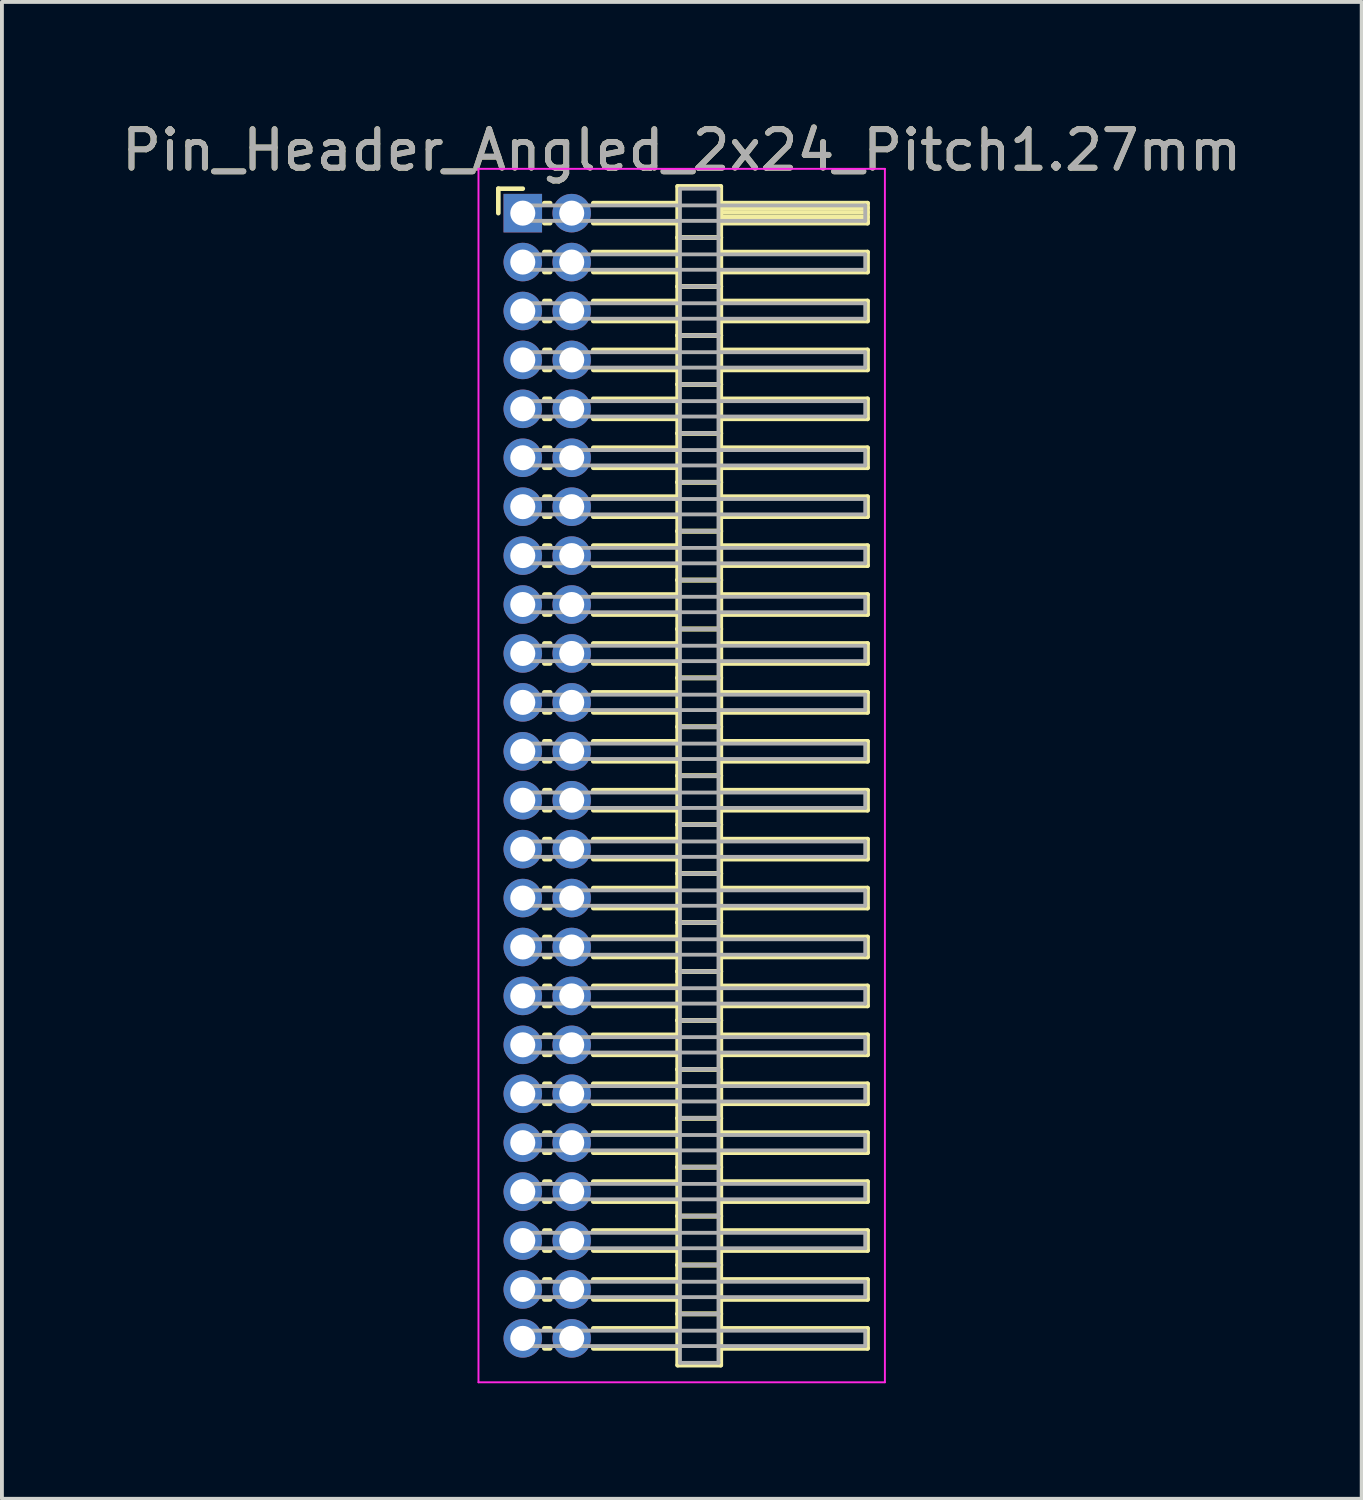
<source format=kicad_pcb>
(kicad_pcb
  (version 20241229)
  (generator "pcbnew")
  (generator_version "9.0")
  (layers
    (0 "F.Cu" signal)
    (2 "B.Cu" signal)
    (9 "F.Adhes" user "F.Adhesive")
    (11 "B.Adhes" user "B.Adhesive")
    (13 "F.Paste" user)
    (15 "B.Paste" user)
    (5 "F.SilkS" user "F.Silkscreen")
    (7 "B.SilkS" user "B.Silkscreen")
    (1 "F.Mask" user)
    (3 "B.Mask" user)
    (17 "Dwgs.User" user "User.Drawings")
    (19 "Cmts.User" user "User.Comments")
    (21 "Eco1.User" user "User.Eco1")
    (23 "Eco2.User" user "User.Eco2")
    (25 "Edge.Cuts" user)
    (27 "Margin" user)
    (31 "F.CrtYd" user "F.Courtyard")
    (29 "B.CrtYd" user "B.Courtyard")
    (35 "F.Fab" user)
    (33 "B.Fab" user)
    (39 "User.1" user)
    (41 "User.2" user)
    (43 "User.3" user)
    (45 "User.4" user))
  (footprint "Pin_Header_Angled_2x24_Pitch1.27mm"
    (layer "F.Cu")
    (at 10.521 2.483)
    (property "Reference" "Pin_Header_Angled_2x24_Pitch1.27mm" (at 4.128 -1.635 0) (layer "F.SilkS") (effects (font (size 1 1) (thickness 0.15))))
    (attr through_hole)
    (fp_line (start -0.635 -0.635) (end 0 -0.635) (stroke (width 0.12) (type solid)) (layer "F.SilkS"))
    (fp_line (start -0.635 0) (end -0.635 -0.635) (stroke (width 0.12) (type solid)) (layer "F.SilkS"))
    (fp_line (start 0.56 -0.26) (end 0.71 -0.26) (stroke (width 0.12) (type solid)) (layer "F.SilkS"))
    (fp_line (start 0.56 0.26) (end 0.71 0.26) (stroke (width 0.12) (type solid)) (layer "F.SilkS"))
    (fp_line (start 0.56 1.01) (end 0.71 1.01) (stroke (width 0.12) (type solid)) (layer "F.SilkS"))
    (fp_line (start 0.56 1.53) (end 0.71 1.53) (stroke (width 0.12) (type solid)) (layer "F.SilkS"))
    (fp_line (start 0.56 2.28) (end 0.71 2.28) (stroke (width 0.12) (type solid)) (layer "F.SilkS"))
    (fp_line (start 0.56 2.8) (end 0.71 2.8) (stroke (width 0.12) (type solid)) (layer "F.SilkS"))
    (fp_line (start 0.56 3.55) (end 0.71 3.55) (stroke (width 0.12) (type solid)) (layer "F.SilkS"))
    (fp_line (start 0.56 4.07) (end 0.71 4.07) (stroke (width 0.12) (type solid)) (layer "F.SilkS"))
    (fp_line (start 0.56 4.82) (end 0.71 4.82) (stroke (width 0.12) (type solid)) (layer "F.SilkS"))
    (fp_line (start 0.56 5.34) (end 0.71 5.34) (stroke (width 0.12) (type solid)) (layer "F.SilkS"))
    (fp_line (start 0.56 6.09) (end 0.71 6.09) (stroke (width 0.12) (type solid)) (layer "F.SilkS"))
    (fp_line (start 0.56 6.61) (end 0.71 6.61) (stroke (width 0.12) (type solid)) (layer "F.SilkS"))
    (fp_line (start 0.56 7.36) (end 0.71 7.36) (stroke (width 0.12) (type solid)) (layer "F.SilkS"))
    (fp_line (start 0.56 7.88) (end 0.71 7.88) (stroke (width 0.12) (type solid)) (layer "F.SilkS"))
    (fp_line (start 0.56 8.63) (end 0.71 8.63) (stroke (width 0.12) (type solid)) (layer "F.SilkS"))
    (fp_line (start 0.56 9.15) (end 0.71 9.15) (stroke (width 0.12) (type solid)) (layer "F.SilkS"))
    (fp_line (start 0.56 9.9) (end 0.71 9.9) (stroke (width 0.12) (type solid)) (layer "F.SilkS"))
    (fp_line (start 0.56 10.42) (end 0.71 10.42) (stroke (width 0.12) (type solid)) (layer "F.SilkS"))
    (fp_line (start 0.56 11.17) (end 0.71 11.17) (stroke (width 0.12) (type solid)) (layer "F.SilkS"))
    (fp_line (start 0.56 11.69) (end 0.71 11.69) (stroke (width 0.12) (type solid)) (layer "F.SilkS"))
    (fp_line (start 0.56 12.44) (end 0.71 12.44) (stroke (width 0.12) (type solid)) (layer "F.SilkS"))
    (fp_line (start 0.56 12.96) (end 0.71 12.96) (stroke (width 0.12) (type solid)) (layer "F.SilkS"))
    (fp_line (start 0.56 13.71) (end 0.71 13.71) (stroke (width 0.12) (type solid)) (layer "F.SilkS"))
    (fp_line (start 0.56 14.23) (end 0.71 14.23) (stroke (width 0.12) (type solid)) (layer "F.SilkS"))
    (fp_line (start 0.56 14.98) (end 0.71 14.98) (stroke (width 0.12) (type solid)) (layer "F.SilkS"))
    (fp_line (start 0.56 15.5) (end 0.71 15.5) (stroke (width 0.12) (type solid)) (layer "F.SilkS"))
    (fp_line (start 0.56 16.25) (end 0.71 16.25) (stroke (width 0.12) (type solid)) (layer "F.SilkS"))
    (fp_line (start 0.56 16.77) (end 0.71 16.77) (stroke (width 0.12) (type solid)) (layer "F.SilkS"))
    (fp_line (start 0.56 17.52) (end 0.71 17.52) (stroke (width 0.12) (type solid)) (layer "F.SilkS"))
    (fp_line (start 0.56 18.04) (end 0.71 18.04) (stroke (width 0.12) (type solid)) (layer "F.SilkS"))
    (fp_line (start 0.56 18.79) (end 0.71 18.79) (stroke (width 0.12) (type solid)) (layer "F.SilkS"))
    (fp_line (start 0.56 19.31) (end 0.71 19.31) (stroke (width 0.12) (type solid)) (layer "F.SilkS"))
    (fp_line (start 0.56 20.06) (end 0.71 20.06) (stroke (width 0.12) (type solid)) (layer "F.SilkS"))
    (fp_line (start 0.56 20.58) (end 0.71 20.58) (stroke (width 0.12) (type solid)) (layer "F.SilkS"))
    (fp_line (start 0.56 21.33) (end 0.71 21.33) (stroke (width 0.12) (type solid)) (layer "F.SilkS"))
    (fp_line (start 0.56 21.85) (end 0.71 21.85) (stroke (width 0.12) (type solid)) (layer "F.SilkS"))
    (fp_line (start 0.56 22.6) (end 0.71 22.6) (stroke (width 0.12) (type solid)) (layer "F.SilkS"))
    (fp_line (start 0.56 23.12) (end 0.71 23.12) (stroke (width 0.12) (type solid)) (layer "F.SilkS"))
    (fp_line (start 0.56 23.87) (end 0.71 23.87) (stroke (width 0.12) (type solid)) (layer "F.SilkS"))
    (fp_line (start 0.56 24.39) (end 0.71 24.39) (stroke (width 0.12) (type solid)) (layer "F.SilkS"))
    (fp_line (start 0.56 25.14) (end 0.71 25.14) (stroke (width 0.12) (type solid)) (layer "F.SilkS"))
    (fp_line (start 0.56 25.66) (end 0.71 25.66) (stroke (width 0.12) (type solid)) (layer "F.SilkS"))
    (fp_line (start 0.56 26.41) (end 0.71 26.41) (stroke (width 0.12) (type solid)) (layer "F.SilkS"))
    (fp_line (start 0.56 26.93) (end 0.71 26.93) (stroke (width 0.12) (type solid)) (layer "F.SilkS"))
    (fp_line (start 0.56 27.68) (end 0.71 27.68) (stroke (width 0.12) (type solid)) (layer "F.SilkS"))
    (fp_line (start 0.56 28.2) (end 0.71 28.2) (stroke (width 0.12) (type solid)) (layer "F.SilkS"))
    (fp_line (start 0.56 28.95) (end 0.71 28.95) (stroke (width 0.12) (type solid)) (layer "F.SilkS"))
    (fp_line (start 0.56 29.47) (end 0.71 29.47) (stroke (width 0.12) (type solid)) (layer "F.SilkS"))
    (fp_line (start 1.83 -0.26) (end 4.02 -0.26) (stroke (width 0.12) (type solid)) (layer "F.SilkS"))
    (fp_line (start 1.83 0.26) (end 4.02 0.26) (stroke (width 0.12) (type solid)) (layer "F.SilkS"))
    (fp_line (start 1.83 1.01) (end 4.02 1.01) (stroke (width 0.12) (type solid)) (layer "F.SilkS"))
    (fp_line (start 1.83 1.53) (end 4.02 1.53) (stroke (width 0.12) (type solid)) (layer "F.SilkS"))
    (fp_line (start 1.83 2.28) (end 4.02 2.28) (stroke (width 0.12) (type solid)) (layer "F.SilkS"))
    (fp_line (start 1.83 2.8) (end 4.02 2.8) (stroke (width 0.12) (type solid)) (layer "F.SilkS"))
    (fp_line (start 1.83 3.55) (end 4.02 3.55) (stroke (width 0.12) (type solid)) (layer "F.SilkS"))
    (fp_line (start 1.83 4.07) (end 4.02 4.07) (stroke (width 0.12) (type solid)) (layer "F.SilkS"))
    (fp_line (start 1.83 4.82) (end 4.02 4.82) (stroke (width 0.12) (type solid)) (layer "F.SilkS"))
    (fp_line (start 1.83 5.34) (end 4.02 5.34) (stroke (width 0.12) (type solid)) (layer "F.SilkS"))
    (fp_line (start 1.83 6.09) (end 4.02 6.09) (stroke (width 0.12) (type solid)) (layer "F.SilkS"))
    (fp_line (start 1.83 6.61) (end 4.02 6.61) (stroke (width 0.12) (type solid)) (layer "F.SilkS"))
    (fp_line (start 1.83 7.36) (end 4.02 7.36) (stroke (width 0.12) (type solid)) (layer "F.SilkS"))
    (fp_line (start 1.83 7.88) (end 4.02 7.88) (stroke (width 0.12) (type solid)) (layer "F.SilkS"))
    (fp_line (start 1.83 8.63) (end 4.02 8.63) (stroke (width 0.12) (type solid)) (layer "F.SilkS"))
    (fp_line (start 1.83 9.15) (end 4.02 9.15) (stroke (width 0.12) (type solid)) (layer "F.SilkS"))
    (fp_line (start 1.83 9.9) (end 4.02 9.9) (stroke (width 0.12) (type solid)) (layer "F.SilkS"))
    (fp_line (start 1.83 10.42) (end 4.02 10.42) (stroke (width 0.12) (type solid)) (layer "F.SilkS"))
    (fp_line (start 1.83 11.17) (end 4.02 11.17) (stroke (width 0.12) (type solid)) (layer "F.SilkS"))
    (fp_line (start 1.83 11.69) (end 4.02 11.69) (stroke (width 0.12) (type solid)) (layer "F.SilkS"))
    (fp_line (start 1.83 12.44) (end 4.02 12.44) (stroke (width 0.12) (type solid)) (layer "F.SilkS"))
    (fp_line (start 1.83 12.96) (end 4.02 12.96) (stroke (width 0.12) (type solid)) (layer "F.SilkS"))
    (fp_line (start 1.83 13.71) (end 4.02 13.71) (stroke (width 0.12) (type solid)) (layer "F.SilkS"))
    (fp_line (start 1.83 14.23) (end 4.02 14.23) (stroke (width 0.12) (type solid)) (layer "F.SilkS"))
    (fp_line (start 1.83 14.98) (end 4.02 14.98) (stroke (width 0.12) (type solid)) (layer "F.SilkS"))
    (fp_line (start 1.83 15.5) (end 4.02 15.5) (stroke (width 0.12) (type solid)) (layer "F.SilkS"))
    (fp_line (start 1.83 16.25) (end 4.02 16.25) (stroke (width 0.12) (type solid)) (layer "F.SilkS"))
    (fp_line (start 1.83 16.77) (end 4.02 16.77) (stroke (width 0.12) (type solid)) (layer "F.SilkS"))
    (fp_line (start 1.83 17.52) (end 4.02 17.52) (stroke (width 0.12) (type solid)) (layer "F.SilkS"))
    (fp_line (start 1.83 18.04) (end 4.02 18.04) (stroke (width 0.12) (type solid)) (layer "F.SilkS"))
    (fp_line (start 1.83 18.79) (end 4.02 18.79) (stroke (width 0.12) (type solid)) (layer "F.SilkS"))
    (fp_line (start 1.83 19.31) (end 4.02 19.31) (stroke (width 0.12) (type solid)) (layer "F.SilkS"))
    (fp_line (start 1.83 20.06) (end 4.02 20.06) (stroke (width 0.12) (type solid)) (layer "F.SilkS"))
    (fp_line (start 1.83 20.58) (end 4.02 20.58) (stroke (width 0.12) (type solid)) (layer "F.SilkS"))
    (fp_line (start 1.83 21.33) (end 4.02 21.33) (stroke (width 0.12) (type solid)) (layer "F.SilkS"))
    (fp_line (start 1.83 21.85) (end 4.02 21.85) (stroke (width 0.12) (type solid)) (layer "F.SilkS"))
    (fp_line (start 1.83 22.6) (end 4.02 22.6) (stroke (width 0.12) (type solid)) (layer "F.SilkS"))
    (fp_line (start 1.83 23.12) (end 4.02 23.12) (stroke (width 0.12) (type solid)) (layer "F.SilkS"))
    (fp_line (start 1.83 23.87) (end 4.02 23.87) (stroke (width 0.12) (type solid)) (layer "F.SilkS"))
    (fp_line (start 1.83 24.39) (end 4.02 24.39) (stroke (width 0.12) (type solid)) (layer "F.SilkS"))
    (fp_line (start 1.83 25.14) (end 4.02 25.14) (stroke (width 0.12) (type solid)) (layer "F.SilkS"))
    (fp_line (start 1.83 25.66) (end 4.02 25.66) (stroke (width 0.12) (type solid)) (layer "F.SilkS"))
    (fp_line (start 1.83 26.41) (end 4.02 26.41) (stroke (width 0.12) (type solid)) (layer "F.SilkS"))
    (fp_line (start 1.83 26.93) (end 4.02 26.93) (stroke (width 0.12) (type solid)) (layer "F.SilkS"))
    (fp_line (start 1.83 27.68) (end 4.02 27.68) (stroke (width 0.12) (type solid)) (layer "F.SilkS"))
    (fp_line (start 1.83 28.2) (end 4.02 28.2) (stroke (width 0.12) (type solid)) (layer "F.SilkS"))
    (fp_line (start 1.83 28.95) (end 4.02 28.95) (stroke (width 0.12) (type solid)) (layer "F.SilkS"))
    (fp_line (start 1.83 29.47) (end 4.02 29.47) (stroke (width 0.12) (type solid)) (layer "F.SilkS"))
    (fp_line (start 4.02 -0.695) (end 4.02 0.635) (stroke (width 0.12) (type solid)) (layer "F.SilkS"))
    (fp_line (start 4.02 0.635) (end 4.02 1.905) (stroke (width 0.12) (type solid)) (layer "F.SilkS"))
    (fp_line (start 4.02 0.635) (end 5.14 0.635) (stroke (width 0.12) (type solid)) (layer "F.SilkS"))
    (fp_line (start 4.02 1.905) (end 4.02 3.175) (stroke (width 0.12) (type solid)) (layer "F.SilkS"))
    (fp_line (start 4.02 1.905) (end 5.14 1.905) (stroke (width 0.12) (type solid)) (layer "F.SilkS"))
    (fp_line (start 4.02 3.175) (end 4.02 4.445) (stroke (width 0.12) (type solid)) (layer "F.SilkS"))
    (fp_line (start 4.02 3.175) (end 5.14 3.175) (stroke (width 0.12) (type solid)) (layer "F.SilkS"))
    (fp_line (start 4.02 4.445) (end 4.02 5.715) (stroke (width 0.12) (type solid)) (layer "F.SilkS"))
    (fp_line (start 4.02 4.445) (end 5.14 4.445) (stroke (width 0.12) (type solid)) (layer "F.SilkS"))
    (fp_line (start 4.02 5.715) (end 4.02 6.985) (stroke (width 0.12) (type solid)) (layer "F.SilkS"))
    (fp_line (start 4.02 5.715) (end 5.14 5.715) (stroke (width 0.12) (type solid)) (layer "F.SilkS"))
    (fp_line (start 4.02 6.985) (end 4.02 8.255) (stroke (width 0.12) (type solid)) (layer "F.SilkS"))
    (fp_line (start 4.02 6.985) (end 5.14 6.985) (stroke (width 0.12) (type solid)) (layer "F.SilkS"))
    (fp_line (start 4.02 8.255) (end 4.02 9.525) (stroke (width 0.12) (type solid)) (layer "F.SilkS"))
    (fp_line (start 4.02 8.255) (end 5.14 8.255) (stroke (width 0.12) (type solid)) (layer "F.SilkS"))
    (fp_line (start 4.02 9.525) (end 4.02 10.795) (stroke (width 0.12) (type solid)) (layer "F.SilkS"))
    (fp_line (start 4.02 9.525) (end 5.14 9.525) (stroke (width 0.12) (type solid)) (layer "F.SilkS"))
    (fp_line (start 4.02 10.795) (end 4.02 12.065) (stroke (width 0.12) (type solid)) (layer "F.SilkS"))
    (fp_line (start 4.02 10.795) (end 5.14 10.795) (stroke (width 0.12) (type solid)) (layer "F.SilkS"))
    (fp_line (start 4.02 12.065) (end 4.02 13.335) (stroke (width 0.12) (type solid)) (layer "F.SilkS"))
    (fp_line (start 4.02 12.065) (end 5.14 12.065) (stroke (width 0.12) (type solid)) (layer "F.SilkS"))
    (fp_line (start 4.02 13.335) (end 4.02 14.605) (stroke (width 0.12) (type solid)) (layer "F.SilkS"))
    (fp_line (start 4.02 13.335) (end 5.14 13.335) (stroke (width 0.12) (type solid)) (layer "F.SilkS"))
    (fp_line (start 4.02 14.605) (end 4.02 15.875) (stroke (width 0.12) (type solid)) (layer "F.SilkS"))
    (fp_line (start 4.02 14.605) (end 5.14 14.605) (stroke (width 0.12) (type solid)) (layer "F.SilkS"))
    (fp_line (start 4.02 15.875) (end 4.02 17.145) (stroke (width 0.12) (type solid)) (layer "F.SilkS"))
    (fp_line (start 4.02 15.875) (end 5.14 15.875) (stroke (width 0.12) (type solid)) (layer "F.SilkS"))
    (fp_line (start 4.02 17.145) (end 4.02 18.415) (stroke (width 0.12) (type solid)) (layer "F.SilkS"))
    (fp_line (start 4.02 17.145) (end 5.14 17.145) (stroke (width 0.12) (type solid)) (layer "F.SilkS"))
    (fp_line (start 4.02 18.415) (end 4.02 19.685) (stroke (width 0.12) (type solid)) (layer "F.SilkS"))
    (fp_line (start 4.02 18.415) (end 5.14 18.415) (stroke (width 0.12) (type solid)) (layer "F.SilkS"))
    (fp_line (start 4.02 19.685) (end 4.02 20.955) (stroke (width 0.12) (type solid)) (layer "F.SilkS"))
    (fp_line (start 4.02 19.685) (end 5.14 19.685) (stroke (width 0.12) (type solid)) (layer "F.SilkS"))
    (fp_line (start 4.02 20.955) (end 4.02 22.225) (stroke (width 0.12) (type solid)) (layer "F.SilkS"))
    (fp_line (start 4.02 20.955) (end 5.14 20.955) (stroke (width 0.12) (type solid)) (layer "F.SilkS"))
    (fp_line (start 4.02 22.225) (end 4.02 23.495) (stroke (width 0.12) (type solid)) (layer "F.SilkS"))
    (fp_line (start 4.02 22.225) (end 5.14 22.225) (stroke (width 0.12) (type solid)) (layer "F.SilkS"))
    (fp_line (start 4.02 23.495) (end 4.02 24.765) (stroke (width 0.12) (type solid)) (layer "F.SilkS"))
    (fp_line (start 4.02 23.495) (end 5.14 23.495) (stroke (width 0.12) (type solid)) (layer "F.SilkS"))
    (fp_line (start 4.02 24.765) (end 4.02 26.035) (stroke (width 0.12) (type solid)) (layer "F.SilkS"))
    (fp_line (start 4.02 24.765) (end 5.14 24.765) (stroke (width 0.12) (type solid)) (layer "F.SilkS"))
    (fp_line (start 4.02 26.035) (end 4.02 27.305) (stroke (width 0.12) (type solid)) (layer "F.SilkS"))
    (fp_line (start 4.02 26.035) (end 5.14 26.035) (stroke (width 0.12) (type solid)) (layer "F.SilkS"))
    (fp_line (start 4.02 27.305) (end 4.02 28.575) (stroke (width 0.12) (type solid)) (layer "F.SilkS"))
    (fp_line (start 4.02 27.305) (end 5.14 27.305) (stroke (width 0.12) (type solid)) (layer "F.SilkS"))
    (fp_line (start 4.02 28.575) (end 4.02 29.905) (stroke (width 0.12) (type solid)) (layer "F.SilkS"))
    (fp_line (start 4.02 28.575) (end 5.14 28.575) (stroke (width 0.12) (type solid)) (layer "F.SilkS"))
    (fp_line (start 4.02 29.905) (end 5.14 29.905) (stroke (width 0.12) (type solid)) (layer "F.SilkS"))
    (fp_line (start 5.14 -0.695) (end 4.02 -0.695) (stroke (width 0.12) (type solid)) (layer "F.SilkS"))
    (fp_line (start 5.14 -0.26) (end 5.14 0.26) (stroke (width 0.12) (type solid)) (layer "F.SilkS"))
    (fp_line (start 5.14 -0.14) (end 8.95 -0.14) (stroke (width 0.12) (type solid)) (layer "F.SilkS"))
    (fp_line (start 5.14 -0.02) (end 8.95 -0.02) (stroke (width 0.12) (type solid)) (layer "F.SilkS"))
    (fp_line (start 5.14 0.1) (end 8.95 0.1) (stroke (width 0.12) (type solid)) (layer "F.SilkS"))
    (fp_line (start 5.14 0.22) (end 8.95 0.22) (stroke (width 0.12) (type solid)) (layer "F.SilkS"))
    (fp_line (start 5.14 0.26) (end 8.95 0.26) (stroke (width 0.12) (type solid)) (layer "F.SilkS"))
    (fp_line (start 5.14 0.635) (end 4.02 0.635) (stroke (width 0.12) (type solid)) (layer "F.SilkS"))
    (fp_line (start 5.14 0.635) (end 5.14 -0.695) (stroke (width 0.12) (type solid)) (layer "F.SilkS"))
    (fp_line (start 5.14 1.01) (end 5.14 1.53) (stroke (width 0.12) (type solid)) (layer "F.SilkS"))
    (fp_line (start 5.14 1.53) (end 8.95 1.53) (stroke (width 0.12) (type solid)) (layer "F.SilkS"))
    (fp_line (start 5.14 1.905) (end 4.02 1.905) (stroke (width 0.12) (type solid)) (layer "F.SilkS"))
    (fp_line (start 5.14 1.905) (end 5.14 0.635) (stroke (width 0.12) (type solid)) (layer "F.SilkS"))
    (fp_line (start 5.14 2.28) (end 5.14 2.8) (stroke (width 0.12) (type solid)) (layer "F.SilkS"))
    (fp_line (start 5.14 2.8) (end 8.95 2.8) (stroke (width 0.12) (type solid)) (layer "F.SilkS"))
    (fp_line (start 5.14 3.175) (end 4.02 3.175) (stroke (width 0.12) (type solid)) (layer "F.SilkS"))
    (fp_line (start 5.14 3.175) (end 5.14 1.905) (stroke (width 0.12) (type solid)) (layer "F.SilkS"))
    (fp_line (start 5.14 3.55) (end 5.14 4.07) (stroke (width 0.12) (type solid)) (layer "F.SilkS"))
    (fp_line (start 5.14 4.07) (end 8.95 4.07) (stroke (width 0.12) (type solid)) (layer "F.SilkS"))
    (fp_line (start 5.14 4.445) (end 4.02 4.445) (stroke (width 0.12) (type solid)) (layer "F.SilkS"))
    (fp_line (start 5.14 4.445) (end 5.14 3.175) (stroke (width 0.12) (type solid)) (layer "F.SilkS"))
    (fp_line (start 5.14 4.82) (end 5.14 5.34) (stroke (width 0.12) (type solid)) (layer "F.SilkS"))
    (fp_line (start 5.14 5.34) (end 8.95 5.34) (stroke (width 0.12) (type solid)) (layer "F.SilkS"))
    (fp_line (start 5.14 5.715) (end 4.02 5.715) (stroke (width 0.12) (type solid)) (layer "F.SilkS"))
    (fp_line (start 5.14 5.715) (end 5.14 4.445) (stroke (width 0.12) (type solid)) (layer "F.SilkS"))
    (fp_line (start 5.14 6.09) (end 5.14 6.61) (stroke (width 0.12) (type solid)) (layer "F.SilkS"))
    (fp_line (start 5.14 6.61) (end 8.95 6.61) (stroke (width 0.12) (type solid)) (layer "F.SilkS"))
    (fp_line (start 5.14 6.985) (end 4.02 6.985) (stroke (width 0.12) (type solid)) (layer "F.SilkS"))
    (fp_line (start 5.14 6.985) (end 5.14 5.715) (stroke (width 0.12) (type solid)) (layer "F.SilkS"))
    (fp_line (start 5.14 7.36) (end 5.14 7.88) (stroke (width 0.12) (type solid)) (layer "F.SilkS"))
    (fp_line (start 5.14 7.88) (end 8.95 7.88) (stroke (width 0.12) (type solid)) (layer "F.SilkS"))
    (fp_line (start 5.14 8.255) (end 4.02 8.255) (stroke (width 0.12) (type solid)) (layer "F.SilkS"))
    (fp_line (start 5.14 8.255) (end 5.14 6.985) (stroke (width 0.12) (type solid)) (layer "F.SilkS"))
    (fp_line (start 5.14 8.63) (end 5.14 9.15) (stroke (width 0.12) (type solid)) (layer "F.SilkS"))
    (fp_line (start 5.14 9.15) (end 8.95 9.15) (stroke (width 0.12) (type solid)) (layer "F.SilkS"))
    (fp_line (start 5.14 9.525) (end 4.02 9.525) (stroke (width 0.12) (type solid)) (layer "F.SilkS"))
    (fp_line (start 5.14 9.525) (end 5.14 8.255) (stroke (width 0.12) (type solid)) (layer "F.SilkS"))
    (fp_line (start 5.14 9.9) (end 5.14 10.42) (stroke (width 0.12) (type solid)) (layer "F.SilkS"))
    (fp_line (start 5.14 10.42) (end 8.95 10.42) (stroke (width 0.12) (type solid)) (layer "F.SilkS"))
    (fp_line (start 5.14 10.795) (end 4.02 10.795) (stroke (width 0.12) (type solid)) (layer "F.SilkS"))
    (fp_line (start 5.14 10.795) (end 5.14 9.525) (stroke (width 0.12) (type solid)) (layer "F.SilkS"))
    (fp_line (start 5.14 11.17) (end 5.14 11.69) (stroke (width 0.12) (type solid)) (layer "F.SilkS"))
    (fp_line (start 5.14 11.69) (end 8.95 11.69) (stroke (width 0.12) (type solid)) (layer "F.SilkS"))
    (fp_line (start 5.14 12.065) (end 4.02 12.065) (stroke (width 0.12) (type solid)) (layer "F.SilkS"))
    (fp_line (start 5.14 12.065) (end 5.14 10.795) (stroke (width 0.12) (type solid)) (layer "F.SilkS"))
    (fp_line (start 5.14 12.44) (end 5.14 12.96) (stroke (width 0.12) (type solid)) (layer "F.SilkS"))
    (fp_line (start 5.14 12.96) (end 8.95 12.96) (stroke (width 0.12) (type solid)) (layer "F.SilkS"))
    (fp_line (start 5.14 13.335) (end 4.02 13.335) (stroke (width 0.12) (type solid)) (layer "F.SilkS"))
    (fp_line (start 5.14 13.335) (end 5.14 12.065) (stroke (width 0.12) (type solid)) (layer "F.SilkS"))
    (fp_line (start 5.14 13.71) (end 5.14 14.23) (stroke (width 0.12) (type solid)) (layer "F.SilkS"))
    (fp_line (start 5.14 14.23) (end 8.95 14.23) (stroke (width 0.12) (type solid)) (layer "F.SilkS"))
    (fp_line (start 5.14 14.605) (end 4.02 14.605) (stroke (width 0.12) (type solid)) (layer "F.SilkS"))
    (fp_line (start 5.14 14.605) (end 5.14 13.335) (stroke (width 0.12) (type solid)) (layer "F.SilkS"))
    (fp_line (start 5.14 14.98) (end 5.14 15.5) (stroke (width 0.12) (type solid)) (layer "F.SilkS"))
    (fp_line (start 5.14 15.5) (end 8.95 15.5) (stroke (width 0.12) (type solid)) (layer "F.SilkS"))
    (fp_line (start 5.14 15.875) (end 4.02 15.875) (stroke (width 0.12) (type solid)) (layer "F.SilkS"))
    (fp_line (start 5.14 15.875) (end 5.14 14.605) (stroke (width 0.12) (type solid)) (layer "F.SilkS"))
    (fp_line (start 5.14 16.25) (end 5.14 16.77) (stroke (width 0.12) (type solid)) (layer "F.SilkS"))
    (fp_line (start 5.14 16.77) (end 8.95 16.77) (stroke (width 0.12) (type solid)) (layer "F.SilkS"))
    (fp_line (start 5.14 17.145) (end 4.02 17.145) (stroke (width 0.12) (type solid)) (layer "F.SilkS"))
    (fp_line (start 5.14 17.145) (end 5.14 15.875) (stroke (width 0.12) (type solid)) (layer "F.SilkS"))
    (fp_line (start 5.14 17.52) (end 5.14 18.04) (stroke (width 0.12) (type solid)) (layer "F.SilkS"))
    (fp_line (start 5.14 18.04) (end 8.95 18.04) (stroke (width 0.12) (type solid)) (layer "F.SilkS"))
    (fp_line (start 5.14 18.415) (end 4.02 18.415) (stroke (width 0.12) (type solid)) (layer "F.SilkS"))
    (fp_line (start 5.14 18.415) (end 5.14 17.145) (stroke (width 0.12) (type solid)) (layer "F.SilkS"))
    (fp_line (start 5.14 18.79) (end 5.14 19.31) (stroke (width 0.12) (type solid)) (layer "F.SilkS"))
    (fp_line (start 5.14 19.31) (end 8.95 19.31) (stroke (width 0.12) (type solid)) (layer "F.SilkS"))
    (fp_line (start 5.14 19.685) (end 4.02 19.685) (stroke (width 0.12) (type solid)) (layer "F.SilkS"))
    (fp_line (start 5.14 19.685) (end 5.14 18.415) (stroke (width 0.12) (type solid)) (layer "F.SilkS"))
    (fp_line (start 5.14 20.06) (end 5.14 20.58) (stroke (width 0.12) (type solid)) (layer "F.SilkS"))
    (fp_line (start 5.14 20.58) (end 8.95 20.58) (stroke (width 0.12) (type solid)) (layer "F.SilkS"))
    (fp_line (start 5.14 20.955) (end 4.02 20.955) (stroke (width 0.12) (type solid)) (layer "F.SilkS"))
    (fp_line (start 5.14 20.955) (end 5.14 19.685) (stroke (width 0.12) (type solid)) (layer "F.SilkS"))
    (fp_line (start 5.14 21.33) (end 5.14 21.85) (stroke (width 0.12) (type solid)) (layer "F.SilkS"))
    (fp_line (start 5.14 21.85) (end 8.95 21.85) (stroke (width 0.12) (type solid)) (layer "F.SilkS"))
    (fp_line (start 5.14 22.225) (end 4.02 22.225) (stroke (width 0.12) (type solid)) (layer "F.SilkS"))
    (fp_line (start 5.14 22.225) (end 5.14 20.955) (stroke (width 0.12) (type solid)) (layer "F.SilkS"))
    (fp_line (start 5.14 22.6) (end 5.14 23.12) (stroke (width 0.12) (type solid)) (layer "F.SilkS"))
    (fp_line (start 5.14 23.12) (end 8.95 23.12) (stroke (width 0.12) (type solid)) (layer "F.SilkS"))
    (fp_line (start 5.14 23.495) (end 4.02 23.495) (stroke (width 0.12) (type solid)) (layer "F.SilkS"))
    (fp_line (start 5.14 23.495) (end 5.14 22.225) (stroke (width 0.12) (type solid)) (layer "F.SilkS"))
    (fp_line (start 5.14 23.87) (end 5.14 24.39) (stroke (width 0.12) (type solid)) (layer "F.SilkS"))
    (fp_line (start 5.14 24.39) (end 8.95 24.39) (stroke (width 0.12) (type solid)) (layer "F.SilkS"))
    (fp_line (start 5.14 24.765) (end 4.02 24.765) (stroke (width 0.12) (type solid)) (layer "F.SilkS"))
    (fp_line (start 5.14 24.765) (end 5.14 23.495) (stroke (width 0.12) (type solid)) (layer "F.SilkS"))
    (fp_line (start 5.14 25.14) (end 5.14 25.66) (stroke (width 0.12) (type solid)) (layer "F.SilkS"))
    (fp_line (start 5.14 25.66) (end 8.95 25.66) (stroke (width 0.12) (type solid)) (layer "F.SilkS"))
    (fp_line (start 5.14 26.035) (end 4.02 26.035) (stroke (width 0.12) (type solid)) (layer "F.SilkS"))
    (fp_line (start 5.14 26.035) (end 5.14 24.765) (stroke (width 0.12) (type solid)) (layer "F.SilkS"))
    (fp_line (start 5.14 26.41) (end 5.14 26.93) (stroke (width 0.12) (type solid)) (layer "F.SilkS"))
    (fp_line (start 5.14 26.93) (end 8.95 26.93) (stroke (width 0.12) (type solid)) (layer "F.SilkS"))
    (fp_line (start 5.14 27.305) (end 4.02 27.305) (stroke (width 0.12) (type solid)) (layer "F.SilkS"))
    (fp_line (start 5.14 27.305) (end 5.14 26.035) (stroke (width 0.12) (type solid)) (layer "F.SilkS"))
    (fp_line (start 5.14 27.68) (end 5.14 28.2) (stroke (width 0.12) (type solid)) (layer "F.SilkS"))
    (fp_line (start 5.14 28.2) (end 8.95 28.2) (stroke (width 0.12) (type solid)) (layer "F.SilkS"))
    (fp_line (start 5.14 28.575) (end 4.02 28.575) (stroke (width 0.12) (type solid)) (layer "F.SilkS"))
    (fp_line (start 5.14 28.575) (end 5.14 27.305) (stroke (width 0.12) (type solid)) (layer "F.SilkS"))
    (fp_line (start 5.14 28.95) (end 5.14 29.47) (stroke (width 0.12) (type solid)) (layer "F.SilkS"))
    (fp_line (start 5.14 29.47) (end 8.95 29.47) (stroke (width 0.12) (type solid)) (layer "F.SilkS"))
    (fp_line (start 5.14 29.905) (end 5.14 28.575) (stroke (width 0.12) (type solid)) (layer "F.SilkS"))
    (fp_line (start 8.95 -0.26) (end 5.14 -0.26) (stroke (width 0.12) (type solid)) (layer "F.SilkS"))
    (fp_line (start 8.95 0.26) (end 8.95 -0.26) (stroke (width 0.12) (type solid)) (layer "F.SilkS"))
    (fp_line (start 8.95 1.01) (end 5.14 1.01) (stroke (width 0.12) (type solid)) (layer "F.SilkS"))
    (fp_line (start 8.95 1.53) (end 8.95 1.01) (stroke (width 0.12) (type solid)) (layer "F.SilkS"))
    (fp_line (start 8.95 2.28) (end 5.14 2.28) (stroke (width 0.12) (type solid)) (layer "F.SilkS"))
    (fp_line (start 8.95 2.8) (end 8.95 2.28) (stroke (width 0.12) (type solid)) (layer "F.SilkS"))
    (fp_line (start 8.95 3.55) (end 5.14 3.55) (stroke (width 0.12) (type solid)) (layer "F.SilkS"))
    (fp_line (start 8.95 4.07) (end 8.95 3.55) (stroke (width 0.12) (type solid)) (layer "F.SilkS"))
    (fp_line (start 8.95 4.82) (end 5.14 4.82) (stroke (width 0.12) (type solid)) (layer "F.SilkS"))
    (fp_line (start 8.95 5.34) (end 8.95 4.82) (stroke (width 0.12) (type solid)) (layer "F.SilkS"))
    (fp_line (start 8.95 6.09) (end 5.14 6.09) (stroke (width 0.12) (type solid)) (layer "F.SilkS"))
    (fp_line (start 8.95 6.61) (end 8.95 6.09) (stroke (width 0.12) (type solid)) (layer "F.SilkS"))
    (fp_line (start 8.95 7.36) (end 5.14 7.36) (stroke (width 0.12) (type solid)) (layer "F.SilkS"))
    (fp_line (start 8.95 7.88) (end 8.95 7.36) (stroke (width 0.12) (type solid)) (layer "F.SilkS"))
    (fp_line (start 8.95 8.63) (end 5.14 8.63) (stroke (width 0.12) (type solid)) (layer "F.SilkS"))
    (fp_line (start 8.95 9.15) (end 8.95 8.63) (stroke (width 0.12) (type solid)) (layer "F.SilkS"))
    (fp_line (start 8.95 9.9) (end 5.14 9.9) (stroke (width 0.12) (type solid)) (layer "F.SilkS"))
    (fp_line (start 8.95 10.42) (end 8.95 9.9) (stroke (width 0.12) (type solid)) (layer "F.SilkS"))
    (fp_line (start 8.95 11.17) (end 5.14 11.17) (stroke (width 0.12) (type solid)) (layer "F.SilkS"))
    (fp_line (start 8.95 11.69) (end 8.95 11.17) (stroke (width 0.12) (type solid)) (layer "F.SilkS"))
    (fp_line (start 8.95 12.44) (end 5.14 12.44) (stroke (width 0.12) (type solid)) (layer "F.SilkS"))
    (fp_line (start 8.95 12.96) (end 8.95 12.44) (stroke (width 0.12) (type solid)) (layer "F.SilkS"))
    (fp_line (start 8.95 13.71) (end 5.14 13.71) (stroke (width 0.12) (type solid)) (layer "F.SilkS"))
    (fp_line (start 8.95 14.23) (end 8.95 13.71) (stroke (width 0.12) (type solid)) (layer "F.SilkS"))
    (fp_line (start 8.95 14.98) (end 5.14 14.98) (stroke (width 0.12) (type solid)) (layer "F.SilkS"))
    (fp_line (start 8.95 15.5) (end 8.95 14.98) (stroke (width 0.12) (type solid)) (layer "F.SilkS"))
    (fp_line (start 8.95 16.25) (end 5.14 16.25) (stroke (width 0.12) (type solid)) (layer "F.SilkS"))
    (fp_line (start 8.95 16.77) (end 8.95 16.25) (stroke (width 0.12) (type solid)) (layer "F.SilkS"))
    (fp_line (start 8.95 17.52) (end 5.14 17.52) (stroke (width 0.12) (type solid)) (layer "F.SilkS"))
    (fp_line (start 8.95 18.04) (end 8.95 17.52) (stroke (width 0.12) (type solid)) (layer "F.SilkS"))
    (fp_line (start 8.95 18.79) (end 5.14 18.79) (stroke (width 0.12) (type solid)) (layer "F.SilkS"))
    (fp_line (start 8.95 19.31) (end 8.95 18.79) (stroke (width 0.12) (type solid)) (layer "F.SilkS"))
    (fp_line (start 8.95 20.06) (end 5.14 20.06) (stroke (width 0.12) (type solid)) (layer "F.SilkS"))
    (fp_line (start 8.95 20.58) (end 8.95 20.06) (stroke (width 0.12) (type solid)) (layer "F.SilkS"))
    (fp_line (start 8.95 21.33) (end 5.14 21.33) (stroke (width 0.12) (type solid)) (layer "F.SilkS"))
    (fp_line (start 8.95 21.85) (end 8.95 21.33) (stroke (width 0.12) (type solid)) (layer "F.SilkS"))
    (fp_line (start 8.95 22.6) (end 5.14 22.6) (stroke (width 0.12) (type solid)) (layer "F.SilkS"))
    (fp_line (start 8.95 23.12) (end 8.95 22.6) (stroke (width 0.12) (type solid)) (layer "F.SilkS"))
    (fp_line (start 8.95 23.87) (end 5.14 23.87) (stroke (width 0.12) (type solid)) (layer "F.SilkS"))
    (fp_line (start 8.95 24.39) (end 8.95 23.87) (stroke (width 0.12) (type solid)) (layer "F.SilkS"))
    (fp_line (start 8.95 25.14) (end 5.14 25.14) (stroke (width 0.12) (type solid)) (layer "F.SilkS"))
    (fp_line (start 8.95 25.66) (end 8.95 25.14) (stroke (width 0.12) (type solid)) (layer "F.SilkS"))
    (fp_line (start 8.95 26.41) (end 5.14 26.41) (stroke (width 0.12) (type solid)) (layer "F.SilkS"))
    (fp_line (start 8.95 26.93) (end 8.95 26.41) (stroke (width 0.12) (type solid)) (layer "F.SilkS"))
    (fp_line (start 8.95 27.68) (end 5.14 27.68) (stroke (width 0.12) (type solid)) (layer "F.SilkS"))
    (fp_line (start 8.95 28.2) (end 8.95 27.68) (stroke (width 0.12) (type solid)) (layer "F.SilkS"))
    (fp_line (start 8.95 28.95) (end 5.14 28.95) (stroke (width 0.12) (type solid)) (layer "F.SilkS"))
    (fp_line (start 8.95 29.47) (end 8.95 28.95) (stroke (width 0.12) (type solid)) (layer "F.SilkS"))
    (fp_line (start -1.15 -1.15) (end -1.15 30.35) (stroke (width 0.05) (type solid)) (layer "F.CrtYd"))
    (fp_line (start -1.15 30.35) (end 9.4 30.35) (stroke (width 0.05) (type solid)) (layer "F.CrtYd"))
    (fp_line (start 9.4 -1.15) (end -1.15 -1.15) (stroke (width 0.05) (type solid)) (layer "F.CrtYd"))
    (fp_line (start 9.4 30.35) (end 9.4 -1.15) (stroke (width 0.05) (type solid)) (layer "F.CrtYd"))
    (fp_line (start 0 -0.2) (end 0 0.2) (stroke (width 0.1) (type solid)) (layer "F.Fab"))
    (fp_line (start 0 0.2) (end 8.89 0.2) (stroke (width 0.1) (type solid)) (layer "F.Fab"))
    (fp_line (start 0 1.07) (end 0 1.47) (stroke (width 0.1) (type solid)) (layer "F.Fab"))
    (fp_line (start 0 1.47) (end 8.89 1.47) (stroke (width 0.1) (type solid)) (layer "F.Fab"))
    (fp_line (start 0 2.34) (end 0 2.74) (stroke (width 0.1) (type solid)) (layer "F.Fab"))
    (fp_line (start 0 2.74) (end 8.89 2.74) (stroke (width 0.1) (type solid)) (layer "F.Fab"))
    (fp_line (start 0 3.61) (end 0 4.01) (stroke (width 0.1) (type solid)) (layer "F.Fab"))
    (fp_line (start 0 4.01) (end 8.89 4.01) (stroke (width 0.1) (type solid)) (layer "F.Fab"))
    (fp_line (start 0 4.88) (end 0 5.28) (stroke (width 0.1) (type solid)) (layer "F.Fab"))
    (fp_line (start 0 5.28) (end 8.89 5.28) (stroke (width 0.1) (type solid)) (layer "F.Fab"))
    (fp_line (start 0 6.15) (end 0 6.55) (stroke (width 0.1) (type solid)) (layer "F.Fab"))
    (fp_line (start 0 6.55) (end 8.89 6.55) (stroke (width 0.1) (type solid)) (layer "F.Fab"))
    (fp_line (start 0 7.42) (end 0 7.82) (stroke (width 0.1) (type solid)) (layer "F.Fab"))
    (fp_line (start 0 7.82) (end 8.89 7.82) (stroke (width 0.1) (type solid)) (layer "F.Fab"))
    (fp_line (start 0 8.69) (end 0 9.09) (stroke (width 0.1) (type solid)) (layer "F.Fab"))
    (fp_line (start 0 9.09) (end 8.89 9.09) (stroke (width 0.1) (type solid)) (layer "F.Fab"))
    (fp_line (start 0 9.96) (end 0 10.36) (stroke (width 0.1) (type solid)) (layer "F.Fab"))
    (fp_line (start 0 10.36) (end 8.89 10.36) (stroke (width 0.1) (type solid)) (layer "F.Fab"))
    (fp_line (start 0 11.23) (end 0 11.63) (stroke (width 0.1) (type solid)) (layer "F.Fab"))
    (fp_line (start 0 11.63) (end 8.89 11.63) (stroke (width 0.1) (type solid)) (layer "F.Fab"))
    (fp_line (start 0 12.5) (end 0 12.9) (stroke (width 0.1) (type solid)) (layer "F.Fab"))
    (fp_line (start 0 12.9) (end 8.89 12.9) (stroke (width 0.1) (type solid)) (layer "F.Fab"))
    (fp_line (start 0 13.77) (end 0 14.17) (stroke (width 0.1) (type solid)) (layer "F.Fab"))
    (fp_line (start 0 14.17) (end 8.89 14.17) (stroke (width 0.1) (type solid)) (layer "F.Fab"))
    (fp_line (start 0 15.04) (end 0 15.44) (stroke (width 0.1) (type solid)) (layer "F.Fab"))
    (fp_line (start 0 15.44) (end 8.89 15.44) (stroke (width 0.1) (type solid)) (layer "F.Fab"))
    (fp_line (start 0 16.31) (end 0 16.71) (stroke (width 0.1) (type solid)) (layer "F.Fab"))
    (fp_line (start 0 16.71) (end 8.89 16.71) (stroke (width 0.1) (type solid)) (layer "F.Fab"))
    (fp_line (start 0 17.58) (end 0 17.98) (stroke (width 0.1) (type solid)) (layer "F.Fab"))
    (fp_line (start 0 17.98) (end 8.89 17.98) (stroke (width 0.1) (type solid)) (layer "F.Fab"))
    (fp_line (start 0 18.85) (end 0 19.25) (stroke (width 0.1) (type solid)) (layer "F.Fab"))
    (fp_line (start 0 19.25) (end 8.89 19.25) (stroke (width 0.1) (type solid)) (layer "F.Fab"))
    (fp_line (start 0 20.12) (end 0 20.52) (stroke (width 0.1) (type solid)) (layer "F.Fab"))
    (fp_line (start 0 20.52) (end 8.89 20.52) (stroke (width 0.1) (type solid)) (layer "F.Fab"))
    (fp_line (start 0 21.39) (end 0 21.79) (stroke (width 0.1) (type solid)) (layer "F.Fab"))
    (fp_line (start 0 21.79) (end 8.89 21.79) (stroke (width 0.1) (type solid)) (layer "F.Fab"))
    (fp_line (start 0 22.66) (end 0 23.06) (stroke (width 0.1) (type solid)) (layer "F.Fab"))
    (fp_line (start 0 23.06) (end 8.89 23.06) (stroke (width 0.1) (type solid)) (layer "F.Fab"))
    (fp_line (start 0 23.93) (end 0 24.33) (stroke (width 0.1) (type solid)) (layer "F.Fab"))
    (fp_line (start 0 24.33) (end 8.89 24.33) (stroke (width 0.1) (type solid)) (layer "F.Fab"))
    (fp_line (start 0 25.2) (end 0 25.6) (stroke (width 0.1) (type solid)) (layer "F.Fab"))
    (fp_line (start 0 25.6) (end 8.89 25.6) (stroke (width 0.1) (type solid)) (layer "F.Fab"))
    (fp_line (start 0 26.47) (end 0 26.87) (stroke (width 0.1) (type solid)) (layer "F.Fab"))
    (fp_line (start 0 26.87) (end 8.89 26.87) (stroke (width 0.1) (type solid)) (layer "F.Fab"))
    (fp_line (start 0 27.74) (end 0 28.14) (stroke (width 0.1) (type solid)) (layer "F.Fab"))
    (fp_line (start 0 28.14) (end 8.89 28.14) (stroke (width 0.1) (type solid)) (layer "F.Fab"))
    (fp_line (start 0 29.01) (end 0 29.41) (stroke (width 0.1) (type solid)) (layer "F.Fab"))
    (fp_line (start 0 29.41) (end 8.89 29.41) (stroke (width 0.1) (type solid)) (layer "F.Fab"))
    (fp_line (start 4.08 -0.635) (end 4.08 0.635) (stroke (width 0.1) (type solid)) (layer "F.Fab"))
    (fp_line (start 4.08 0.635) (end 4.08 1.905) (stroke (width 0.1) (type solid)) (layer "F.Fab"))
    (fp_line (start 4.08 0.635) (end 5.08 0.635) (stroke (width 0.1) (type solid)) (layer "F.Fab"))
    (fp_line (start 4.08 1.905) (end 4.08 3.175) (stroke (width 0.1) (type solid)) (layer "F.Fab"))
    (fp_line (start 4.08 1.905) (end 5.08 1.905) (stroke (width 0.1) (type solid)) (layer "F.Fab"))
    (fp_line (start 4.08 3.175) (end 4.08 4.445) (stroke (width 0.1) (type solid)) (layer "F.Fab"))
    (fp_line (start 4.08 3.175) (end 5.08 3.175) (stroke (width 0.1) (type solid)) (layer "F.Fab"))
    (fp_line (start 4.08 4.445) (end 4.08 5.715) (stroke (width 0.1) (type solid)) (layer "F.Fab"))
    (fp_line (start 4.08 4.445) (end 5.08 4.445) (stroke (width 0.1) (type solid)) (layer "F.Fab"))
    (fp_line (start 4.08 5.715) (end 4.08 6.985) (stroke (width 0.1) (type solid)) (layer "F.Fab"))
    (fp_line (start 4.08 5.715) (end 5.08 5.715) (stroke (width 0.1) (type solid)) (layer "F.Fab"))
    (fp_line (start 4.08 6.985) (end 4.08 8.255) (stroke (width 0.1) (type solid)) (layer "F.Fab"))
    (fp_line (start 4.08 6.985) (end 5.08 6.985) (stroke (width 0.1) (type solid)) (layer "F.Fab"))
    (fp_line (start 4.08 8.255) (end 4.08 9.525) (stroke (width 0.1) (type solid)) (layer "F.Fab"))
    (fp_line (start 4.08 8.255) (end 5.08 8.255) (stroke (width 0.1) (type solid)) (layer "F.Fab"))
    (fp_line (start 4.08 9.525) (end 4.08 10.795) (stroke (width 0.1) (type solid)) (layer "F.Fab"))
    (fp_line (start 4.08 9.525) (end 5.08 9.525) (stroke (width 0.1) (type solid)) (layer "F.Fab"))
    (fp_line (start 4.08 10.795) (end 4.08 12.065) (stroke (width 0.1) (type solid)) (layer "F.Fab"))
    (fp_line (start 4.08 10.795) (end 5.08 10.795) (stroke (width 0.1) (type solid)) (layer "F.Fab"))
    (fp_line (start 4.08 12.065) (end 4.08 13.335) (stroke (width 0.1) (type solid)) (layer "F.Fab"))
    (fp_line (start 4.08 12.065) (end 5.08 12.065) (stroke (width 0.1) (type solid)) (layer "F.Fab"))
    (fp_line (start 4.08 13.335) (end 4.08 14.605) (stroke (width 0.1) (type solid)) (layer "F.Fab"))
    (fp_line (start 4.08 13.335) (end 5.08 13.335) (stroke (width 0.1) (type solid)) (layer "F.Fab"))
    (fp_line (start 4.08 14.605) (end 4.08 15.875) (stroke (width 0.1) (type solid)) (layer "F.Fab"))
    (fp_line (start 4.08 14.605) (end 5.08 14.605) (stroke (width 0.1) (type solid)) (layer "F.Fab"))
    (fp_line (start 4.08 15.875) (end 4.08 17.145) (stroke (width 0.1) (type solid)) (layer "F.Fab"))
    (fp_line (start 4.08 15.875) (end 5.08 15.875) (stroke (width 0.1) (type solid)) (layer "F.Fab"))
    (fp_line (start 4.08 17.145) (end 4.08 18.415) (stroke (width 0.1) (type solid)) (layer "F.Fab"))
    (fp_line (start 4.08 17.145) (end 5.08 17.145) (stroke (width 0.1) (type solid)) (layer "F.Fab"))
    (fp_line (start 4.08 18.415) (end 4.08 19.685) (stroke (width 0.1) (type solid)) (layer "F.Fab"))
    (fp_line (start 4.08 18.415) (end 5.08 18.415) (stroke (width 0.1) (type solid)) (layer "F.Fab"))
    (fp_line (start 4.08 19.685) (end 4.08 20.955) (stroke (width 0.1) (type solid)) (layer "F.Fab"))
    (fp_line (start 4.08 19.685) (end 5.08 19.685) (stroke (width 0.1) (type solid)) (layer "F.Fab"))
    (fp_line (start 4.08 20.955) (end 4.08 22.225) (stroke (width 0.1) (type solid)) (layer "F.Fab"))
    (fp_line (start 4.08 20.955) (end 5.08 20.955) (stroke (width 0.1) (type solid)) (layer "F.Fab"))
    (fp_line (start 4.08 22.225) (end 4.08 23.495) (stroke (width 0.1) (type solid)) (layer "F.Fab"))
    (fp_line (start 4.08 22.225) (end 5.08 22.225) (stroke (width 0.1) (type solid)) (layer "F.Fab"))
    (fp_line (start 4.08 23.495) (end 4.08 24.765) (stroke (width 0.1) (type solid)) (layer "F.Fab"))
    (fp_line (start 4.08 23.495) (end 5.08 23.495) (stroke (width 0.1) (type solid)) (layer "F.Fab"))
    (fp_line (start 4.08 24.765) (end 4.08 26.035) (stroke (width 0.1) (type solid)) (layer "F.Fab"))
    (fp_line (start 4.08 24.765) (end 5.08 24.765) (stroke (width 0.1) (type solid)) (layer "F.Fab"))
    (fp_line (start 4.08 26.035) (end 4.08 27.305) (stroke (width 0.1) (type solid)) (layer "F.Fab"))
    (fp_line (start 4.08 26.035) (end 5.08 26.035) (stroke (width 0.1) (type solid)) (layer "F.Fab"))
    (fp_line (start 4.08 27.305) (end 4.08 28.575) (stroke (width 0.1) (type solid)) (layer "F.Fab"))
    (fp_line (start 4.08 27.305) (end 5.08 27.305) (stroke (width 0.1) (type solid)) (layer "F.Fab"))
    (fp_line (start 4.08 28.575) (end 4.08 29.845) (stroke (width 0.1) (type solid)) (layer "F.Fab"))
    (fp_line (start 4.08 28.575) (end 5.08 28.575) (stroke (width 0.1) (type solid)) (layer "F.Fab"))
    (fp_line (start 4.08 29.845) (end 5.08 29.845) (stroke (width 0.1) (type solid)) (layer "F.Fab"))
    (fp_line (start 5.08 -0.635) (end 4.08 -0.635) (stroke (width 0.1) (type solid)) (layer "F.Fab"))
    (fp_line (start 5.08 0.635) (end 4.08 0.635) (stroke (width 0.1) (type solid)) (layer "F.Fab"))
    (fp_line (start 5.08 0.635) (end 5.08 -0.635) (stroke (width 0.1) (type solid)) (layer "F.Fab"))
    (fp_line (start 5.08 1.905) (end 4.08 1.905) (stroke (width 0.1) (type solid)) (layer "F.Fab"))
    (fp_line (start 5.08 1.905) (end 5.08 0.635) (stroke (width 0.1) (type solid)) (layer "F.Fab"))
    (fp_line (start 5.08 3.175) (end 4.08 3.175) (stroke (width 0.1) (type solid)) (layer "F.Fab"))
    (fp_line (start 5.08 3.175) (end 5.08 1.905) (stroke (width 0.1) (type solid)) (layer "F.Fab"))
    (fp_line (start 5.08 4.445) (end 4.08 4.445) (stroke (width 0.1) (type solid)) (layer "F.Fab"))
    (fp_line (start 5.08 4.445) (end 5.08 3.175) (stroke (width 0.1) (type solid)) (layer "F.Fab"))
    (fp_line (start 5.08 5.715) (end 4.08 5.715) (stroke (width 0.1) (type solid)) (layer "F.Fab"))
    (fp_line (start 5.08 5.715) (end 5.08 4.445) (stroke (width 0.1) (type solid)) (layer "F.Fab"))
    (fp_line (start 5.08 6.985) (end 4.08 6.985) (stroke (width 0.1) (type solid)) (layer "F.Fab"))
    (fp_line (start 5.08 6.985) (end 5.08 5.715) (stroke (width 0.1) (type solid)) (layer "F.Fab"))
    (fp_line (start 5.08 8.255) (end 4.08 8.255) (stroke (width 0.1) (type solid)) (layer "F.Fab"))
    (fp_line (start 5.08 8.255) (end 5.08 6.985) (stroke (width 0.1) (type solid)) (layer "F.Fab"))
    (fp_line (start 5.08 9.525) (end 4.08 9.525) (stroke (width 0.1) (type solid)) (layer "F.Fab"))
    (fp_line (start 5.08 9.525) (end 5.08 8.255) (stroke (width 0.1) (type solid)) (layer "F.Fab"))
    (fp_line (start 5.08 10.795) (end 4.08 10.795) (stroke (width 0.1) (type solid)) (layer "F.Fab"))
    (fp_line (start 5.08 10.795) (end 5.08 9.525) (stroke (width 0.1) (type solid)) (layer "F.Fab"))
    (fp_line (start 5.08 12.065) (end 4.08 12.065) (stroke (width 0.1) (type solid)) (layer "F.Fab"))
    (fp_line (start 5.08 12.065) (end 5.08 10.795) (stroke (width 0.1) (type solid)) (layer "F.Fab"))
    (fp_line (start 5.08 13.335) (end 4.08 13.335) (stroke (width 0.1) (type solid)) (layer "F.Fab"))
    (fp_line (start 5.08 13.335) (end 5.08 12.065) (stroke (width 0.1) (type solid)) (layer "F.Fab"))
    (fp_line (start 5.08 14.605) (end 4.08 14.605) (stroke (width 0.1) (type solid)) (layer "F.Fab"))
    (fp_line (start 5.08 14.605) (end 5.08 13.335) (stroke (width 0.1) (type solid)) (layer "F.Fab"))
    (fp_line (start 5.08 15.875) (end 4.08 15.875) (stroke (width 0.1) (type solid)) (layer "F.Fab"))
    (fp_line (start 5.08 15.875) (end 5.08 14.605) (stroke (width 0.1) (type solid)) (layer "F.Fab"))
    (fp_line (start 5.08 17.145) (end 4.08 17.145) (stroke (width 0.1) (type solid)) (layer "F.Fab"))
    (fp_line (start 5.08 17.145) (end 5.08 15.875) (stroke (width 0.1) (type solid)) (layer "F.Fab"))
    (fp_line (start 5.08 18.415) (end 4.08 18.415) (stroke (width 0.1) (type solid)) (layer "F.Fab"))
    (fp_line (start 5.08 18.415) (end 5.08 17.145) (stroke (width 0.1) (type solid)) (layer "F.Fab"))
    (fp_line (start 5.08 19.685) (end 4.08 19.685) (stroke (width 0.1) (type solid)) (layer "F.Fab"))
    (fp_line (start 5.08 19.685) (end 5.08 18.415) (stroke (width 0.1) (type solid)) (layer "F.Fab"))
    (fp_line (start 5.08 20.955) (end 4.08 20.955) (stroke (width 0.1) (type solid)) (layer "F.Fab"))
    (fp_line (start 5.08 20.955) (end 5.08 19.685) (stroke (width 0.1) (type solid)) (layer "F.Fab"))
    (fp_line (start 5.08 22.225) (end 4.08 22.225) (stroke (width 0.1) (type solid)) (layer "F.Fab"))
    (fp_line (start 5.08 22.225) (end 5.08 20.955) (stroke (width 0.1) (type solid)) (layer "F.Fab"))
    (fp_line (start 5.08 23.495) (end 4.08 23.495) (stroke (width 0.1) (type solid)) (layer "F.Fab"))
    (fp_line (start 5.08 23.495) (end 5.08 22.225) (stroke (width 0.1) (type solid)) (layer "F.Fab"))
    (fp_line (start 5.08 24.765) (end 4.08 24.765) (stroke (width 0.1) (type solid)) (layer "F.Fab"))
    (fp_line (start 5.08 24.765) (end 5.08 23.495) (stroke (width 0.1) (type solid)) (layer "F.Fab"))
    (fp_line (start 5.08 26.035) (end 4.08 26.035) (stroke (width 0.1) (type solid)) (layer "F.Fab"))
    (fp_line (start 5.08 26.035) (end 5.08 24.765) (stroke (width 0.1) (type solid)) (layer "F.Fab"))
    (fp_line (start 5.08 27.305) (end 4.08 27.305) (stroke (width 0.1) (type solid)) (layer "F.Fab"))
    (fp_line (start 5.08 27.305) (end 5.08 26.035) (stroke (width 0.1) (type solid)) (layer "F.Fab"))
    (fp_line (start 5.08 28.575) (end 4.08 28.575) (stroke (width 0.1) (type solid)) (layer "F.Fab"))
    (fp_line (start 5.08 28.575) (end 5.08 27.305) (stroke (width 0.1) (type solid)) (layer "F.Fab"))
    (fp_line (start 5.08 29.845) (end 5.08 28.575) (stroke (width 0.1) (type solid)) (layer "F.Fab"))
    (fp_line (start 8.89 -0.2) (end 0 -0.2) (stroke (width 0.1) (type solid)) (layer "F.Fab"))
    (fp_line (start 8.89 0.2) (end 8.89 -0.2) (stroke (width 0.1) (type solid)) (layer "F.Fab"))
    (fp_line (start 8.89 1.07) (end 0 1.07) (stroke (width 0.1) (type solid)) (layer "F.Fab"))
    (fp_line (start 8.89 1.47) (end 8.89 1.07) (stroke (width 0.1) (type solid)) (layer "F.Fab"))
    (fp_line (start 8.89 2.34) (end 0 2.34) (stroke (width 0.1) (type solid)) (layer "F.Fab"))
    (fp_line (start 8.89 2.74) (end 8.89 2.34) (stroke (width 0.1) (type solid)) (layer "F.Fab"))
    (fp_line (start 8.89 3.61) (end 0 3.61) (stroke (width 0.1) (type solid)) (layer "F.Fab"))
    (fp_line (start 8.89 4.01) (end 8.89 3.61) (stroke (width 0.1) (type solid)) (layer "F.Fab"))
    (fp_line (start 8.89 4.88) (end 0 4.88) (stroke (width 0.1) (type solid)) (layer "F.Fab"))
    (fp_line (start 8.89 5.28) (end 8.89 4.88) (stroke (width 0.1) (type solid)) (layer "F.Fab"))
    (fp_line (start 8.89 6.15) (end 0 6.15) (stroke (width 0.1) (type solid)) (layer "F.Fab"))
    (fp_line (start 8.89 6.55) (end 8.89 6.15) (stroke (width 0.1) (type solid)) (layer "F.Fab"))
    (fp_line (start 8.89 7.42) (end 0 7.42) (stroke (width 0.1) (type solid)) (layer "F.Fab"))
    (fp_line (start 8.89 7.82) (end 8.89 7.42) (stroke (width 0.1) (type solid)) (layer "F.Fab"))
    (fp_line (start 8.89 8.69) (end 0 8.69) (stroke (width 0.1) (type solid)) (layer "F.Fab"))
    (fp_line (start 8.89 9.09) (end 8.89 8.69) (stroke (width 0.1) (type solid)) (layer "F.Fab"))
    (fp_line (start 8.89 9.96) (end 0 9.96) (stroke (width 0.1) (type solid)) (layer "F.Fab"))
    (fp_line (start 8.89 10.36) (end 8.89 9.96) (stroke (width 0.1) (type solid)) (layer "F.Fab"))
    (fp_line (start 8.89 11.23) (end 0 11.23) (stroke (width 0.1) (type solid)) (layer "F.Fab"))
    (fp_line (start 8.89 11.63) (end 8.89 11.23) (stroke (width 0.1) (type solid)) (layer "F.Fab"))
    (fp_line (start 8.89 12.5) (end 0 12.5) (stroke (width 0.1) (type solid)) (layer "F.Fab"))
    (fp_line (start 8.89 12.9) (end 8.89 12.5) (stroke (width 0.1) (type solid)) (layer "F.Fab"))
    (fp_line (start 8.89 13.77) (end 0 13.77) (stroke (width 0.1) (type solid)) (layer "F.Fab"))
    (fp_line (start 8.89 14.17) (end 8.89 13.77) (stroke (width 0.1) (type solid)) (layer "F.Fab"))
    (fp_line (start 8.89 15.04) (end 0 15.04) (stroke (width 0.1) (type solid)) (layer "F.Fab"))
    (fp_line (start 8.89 15.44) (end 8.89 15.04) (stroke (width 0.1) (type solid)) (layer "F.Fab"))
    (fp_line (start 8.89 16.31) (end 0 16.31) (stroke (width 0.1) (type solid)) (layer "F.Fab"))
    (fp_line (start 8.89 16.71) (end 8.89 16.31) (stroke (width 0.1) (type solid)) (layer "F.Fab"))
    (fp_line (start 8.89 17.58) (end 0 17.58) (stroke (width 0.1) (type solid)) (layer "F.Fab"))
    (fp_line (start 8.89 17.98) (end 8.89 17.58) (stroke (width 0.1) (type solid)) (layer "F.Fab"))
    (fp_line (start 8.89 18.85) (end 0 18.85) (stroke (width 0.1) (type solid)) (layer "F.Fab"))
    (fp_line (start 8.89 19.25) (end 8.89 18.85) (stroke (width 0.1) (type solid)) (layer "F.Fab"))
    (fp_line (start 8.89 20.12) (end 0 20.12) (stroke (width 0.1) (type solid)) (layer "F.Fab"))
    (fp_line (start 8.89 20.52) (end 8.89 20.12) (stroke (width 0.1) (type solid)) (layer "F.Fab"))
    (fp_line (start 8.89 21.39) (end 0 21.39) (stroke (width 0.1) (type solid)) (layer "F.Fab"))
    (fp_line (start 8.89 21.79) (end 8.89 21.39) (stroke (width 0.1) (type solid)) (layer "F.Fab"))
    (fp_line (start 8.89 22.66) (end 0 22.66) (stroke (width 0.1) (type solid)) (layer "F.Fab"))
    (fp_line (start 8.89 23.06) (end 8.89 22.66) (stroke (width 0.1) (type solid)) (layer "F.Fab"))
    (fp_line (start 8.89 23.93) (end 0 23.93) (stroke (width 0.1) (type solid)) (layer "F.Fab"))
    (fp_line (start 8.89 24.33) (end 8.89 23.93) (stroke (width 0.1) (type solid)) (layer "F.Fab"))
    (fp_line (start 8.89 25.2) (end 0 25.2) (stroke (width 0.1) (type solid)) (layer "F.Fab"))
    (fp_line (start 8.89 25.6) (end 8.89 25.2) (stroke (width 0.1) (type solid)) (layer "F.Fab"))
    (fp_line (start 8.89 26.47) (end 0 26.47) (stroke (width 0.1) (type solid)) (layer "F.Fab"))
    (fp_line (start 8.89 26.87) (end 8.89 26.47) (stroke (width 0.1) (type solid)) (layer "F.Fab"))
    (fp_line (start 8.89 27.74) (end 0 27.74) (stroke (width 0.1) (type solid)) (layer "F.Fab"))
    (fp_line (start 8.89 28.14) (end 8.89 27.74) (stroke (width 0.1) (type solid)) (layer "F.Fab"))
    (fp_line (start 8.89 29.01) (end 0 29.01) (stroke (width 0.1) (type solid)) (layer "F.Fab"))
    (fp_line (start 8.89 29.41) (end 8.89 29.01) (stroke (width 0.1) (type solid)) (layer "F.Fab"))
    (fp_text user "${REFERENCE}" (at 4.128 -1.635 0) (layer "F.Fab") (effects (font (size 1 1) (thickness 0.15))))
    (pad "1" thru_hole rect (at 0 0) (size 1 1) (drill 0.65) (layers "*.Cu" "*.Mask"))
    (pad "2" thru_hole oval (at 1.27 0) (size 1 1) (drill 0.65) (layers "*.Cu" "*.Mask"))
    (pad "3" thru_hole oval (at 0 1.27) (size 1 1) (drill 0.65) (layers "*.Cu" "*.Mask"))
    (pad "4" thru_hole oval (at 1.27 1.27) (size 1 1) (drill 0.65) (layers "*.Cu" "*.Mask"))
    (pad "5" thru_hole oval (at 0 2.54) (size 1 1) (drill 0.65) (layers "*.Cu" "*.Mask"))
    (pad "6" thru_hole oval (at 1.27 2.54) (size 1 1) (drill 0.65) (layers "*.Cu" "*.Mask"))
    (pad "7" thru_hole oval (at 0 3.81) (size 1 1) (drill 0.65) (layers "*.Cu" "*.Mask"))
    (pad "8" thru_hole oval (at 1.27 3.81) (size 1 1) (drill 0.65) (layers "*.Cu" "*.Mask"))
    (pad "9" thru_hole oval (at 0 5.08) (size 1 1) (drill 0.65) (layers "*.Cu" "*.Mask"))
    (pad "10" thru_hole oval (at 1.27 5.08) (size 1 1) (drill 0.65) (layers "*.Cu" "*.Mask"))
    (pad "11" thru_hole oval (at 0 6.35) (size 1 1) (drill 0.65) (layers "*.Cu" "*.Mask"))
    (pad "12" thru_hole oval (at 1.27 6.35) (size 1 1) (drill 0.65) (layers "*.Cu" "*.Mask"))
    (pad "13" thru_hole oval (at 0 7.62) (size 1 1) (drill 0.65) (layers "*.Cu" "*.Mask"))
    (pad "14" thru_hole oval (at 1.27 7.62) (size 1 1) (drill 0.65) (layers "*.Cu" "*.Mask"))
    (pad "15" thru_hole oval (at 0 8.89) (size 1 1) (drill 0.65) (layers "*.Cu" "*.Mask"))
    (pad "16" thru_hole oval (at 1.27 8.89) (size 1 1) (drill 0.65) (layers "*.Cu" "*.Mask"))
    (pad "17" thru_hole oval (at 0 10.16) (size 1 1) (drill 0.65) (layers "*.Cu" "*.Mask"))
    (pad "18" thru_hole oval (at 1.27 10.16) (size 1 1) (drill 0.65) (layers "*.Cu" "*.Mask"))
    (pad "19" thru_hole oval (at 0 11.43) (size 1 1) (drill 0.65) (layers "*.Cu" "*.Mask"))
    (pad "20" thru_hole oval (at 1.27 11.43) (size 1 1) (drill 0.65) (layers "*.Cu" "*.Mask"))
    (pad "21" thru_hole oval (at 0 12.7) (size 1 1) (drill 0.65) (layers "*.Cu" "*.Mask"))
    (pad "22" thru_hole oval (at 1.27 12.7) (size 1 1) (drill 0.65) (layers "*.Cu" "*.Mask"))
    (pad "23" thru_hole oval (at 0 13.97) (size 1 1) (drill 0.65) (layers "*.Cu" "*.Mask"))
    (pad "24" thru_hole oval (at 1.27 13.97) (size 1 1) (drill 0.65) (layers "*.Cu" "*.Mask"))
    (pad "25" thru_hole oval (at 0 15.24) (size 1 1) (drill 0.65) (layers "*.Cu" "*.Mask"))
    (pad "26" thru_hole oval (at 1.27 15.24) (size 1 1) (drill 0.65) (layers "*.Cu" "*.Mask"))
    (pad "27" thru_hole oval (at 0 16.51) (size 1 1) (drill 0.65) (layers "*.Cu" "*.Mask"))
    (pad "28" thru_hole oval (at 1.27 16.51) (size 1 1) (drill 0.65) (layers "*.Cu" "*.Mask"))
    (pad "29" thru_hole oval (at 0 17.78) (size 1 1) (drill 0.65) (layers "*.Cu" "*.Mask"))
    (pad "30" thru_hole oval (at 1.27 17.78) (size 1 1) (drill 0.65) (layers "*.Cu" "*.Mask"))
    (pad "31" thru_hole oval (at 0 19.05) (size 1 1) (drill 0.65) (layers "*.Cu" "*.Mask"))
    (pad "32" thru_hole oval (at 1.27 19.05) (size 1 1) (drill 0.65) (layers "*.Cu" "*.Mask"))
    (pad "33" thru_hole oval (at 0 20.32) (size 1 1) (drill 0.65) (layers "*.Cu" "*.Mask"))
    (pad "34" thru_hole oval (at 1.27 20.32) (size 1 1) (drill 0.65) (layers "*.Cu" "*.Mask"))
    (pad "35" thru_hole oval (at 0 21.59) (size 1 1) (drill 0.65) (layers "*.Cu" "*.Mask"))
    (pad "36" thru_hole oval (at 1.27 21.59) (size 1 1) (drill 0.65) (layers "*.Cu" "*.Mask"))
    (pad "37" thru_hole oval (at 0 22.86) (size 1 1) (drill 0.65) (layers "*.Cu" "*.Mask"))
    (pad "38" thru_hole oval (at 1.27 22.86) (size 1 1) (drill 0.65) (layers "*.Cu" "*.Mask"))
    (pad "39" thru_hole oval (at 0 24.13) (size 1 1) (drill 0.65) (layers "*.Cu" "*.Mask"))
    (pad "40" thru_hole oval (at 1.27 24.13) (size 1 1) (drill 0.65) (layers "*.Cu" "*.Mask"))
    (pad "41" thru_hole oval (at 0 25.4) (size 1 1) (drill 0.65) (layers "*.Cu" "*.Mask"))
    (pad "42" thru_hole oval (at 1.27 25.4) (size 1 1) (drill 0.65) (layers "*.Cu" "*.Mask"))
    (pad "43" thru_hole oval (at 0 26.67) (size 1 1) (drill 0.65) (layers "*.Cu" "*.Mask"))
    (pad "44" thru_hole oval (at 1.27 26.67) (size 1 1) (drill 0.65) (layers "*.Cu" "*.Mask"))
    (pad "45" thru_hole oval (at 0 27.94) (size 1 1) (drill 0.65) (layers "*.Cu" "*.Mask"))
    (pad "46" thru_hole oval (at 1.27 27.94) (size 1 1) (drill 0.65) (layers "*.Cu" "*.Mask"))
    (pad "47" thru_hole oval (at 0 29.21) (size 1 1) (drill 0.65) (layers "*.Cu" "*.Mask"))
    (pad "48" thru_hole oval (at 1.27 29.21) (size 1 1) (drill 0.65) (layers "*.Cu" "*.Mask")))
  (gr_rect
    (start -3 -3)
    (end 32.298 35.858)
    (stroke (width 0.1) (type default))
    (fill no)
    (layer "Edge.Cuts")))
</source>
